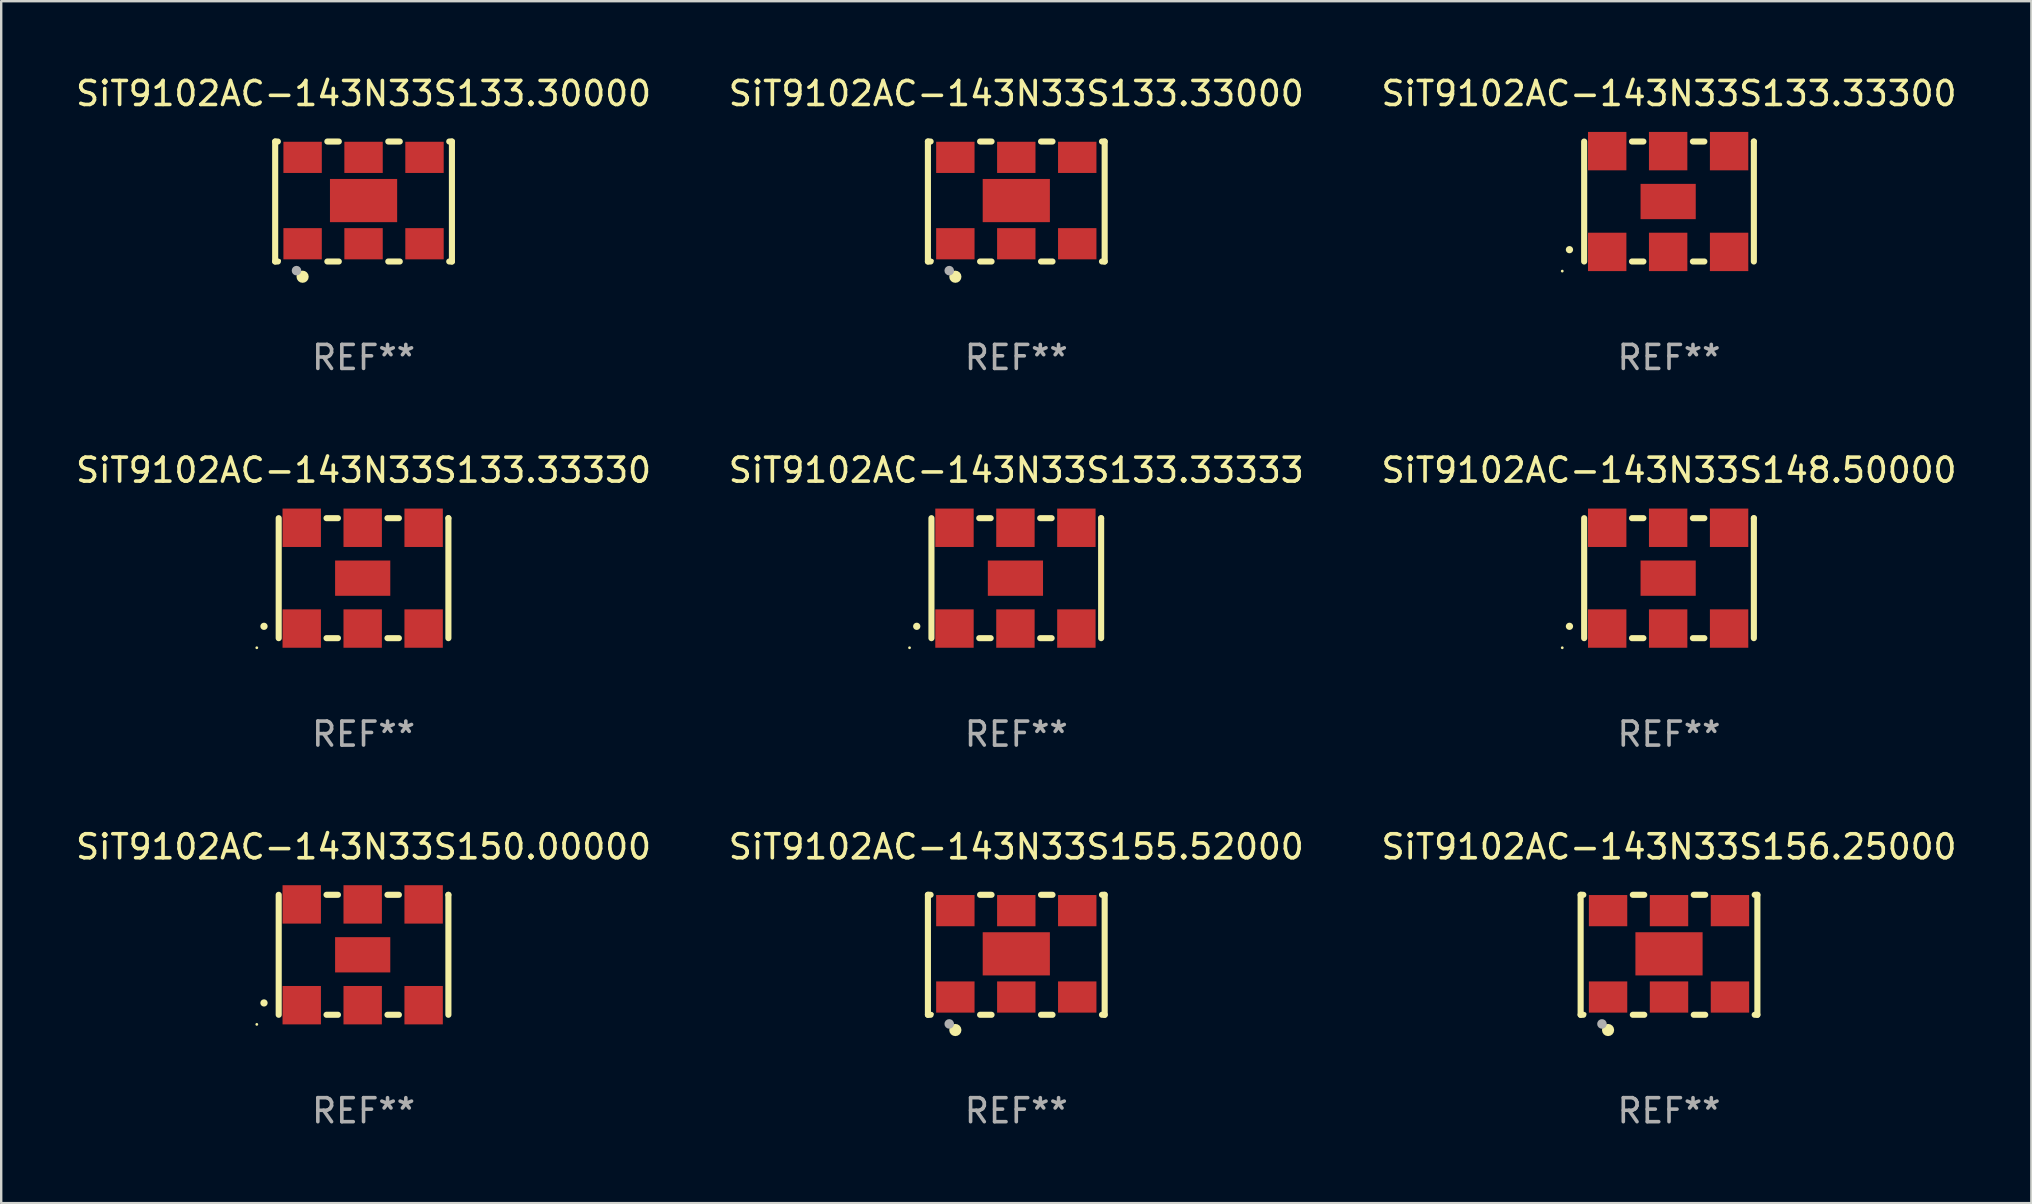
<source format=kicad_pcb>
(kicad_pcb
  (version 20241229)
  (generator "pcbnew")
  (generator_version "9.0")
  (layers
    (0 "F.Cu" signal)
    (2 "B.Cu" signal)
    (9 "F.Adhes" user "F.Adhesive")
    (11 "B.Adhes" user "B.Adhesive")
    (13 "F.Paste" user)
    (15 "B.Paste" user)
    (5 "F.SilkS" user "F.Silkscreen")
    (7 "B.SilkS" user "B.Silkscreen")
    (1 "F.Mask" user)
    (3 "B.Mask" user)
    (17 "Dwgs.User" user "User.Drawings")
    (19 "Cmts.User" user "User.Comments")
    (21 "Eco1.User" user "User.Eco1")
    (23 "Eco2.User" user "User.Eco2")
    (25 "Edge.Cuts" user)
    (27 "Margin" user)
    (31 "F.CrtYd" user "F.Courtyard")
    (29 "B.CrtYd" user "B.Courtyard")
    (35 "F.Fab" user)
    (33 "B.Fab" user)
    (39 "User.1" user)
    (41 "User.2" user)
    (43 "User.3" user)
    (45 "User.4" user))
  (footprint "SiT9102AC-143N33S133.33330"
    (layer "F.Cu")
    (at 12.101 21.045)
    (property "Reference" "SiT9102AC-143N33S133.33330" (at 0 -4.5 0) (layer "F.SilkS") (effects (font (size 1 1) (thickness 0.15))))
    (attr through_hole)
    (fp_line (start -3.536 -2.5) (end -3.536 2.5) (stroke (width 0.254) (type solid)) (layer "F.SilkS"))
    (fp_line (start -1.544 2.5) (end -1.067 2.5) (stroke (width 0.254) (type solid)) (layer "F.SilkS"))
    (fp_line (start -1.067 -2.5) (end -1.544 -2.5) (stroke (width 0.254) (type solid)) (layer "F.SilkS"))
    (fp_line (start 0.996 2.5) (end 1.473 2.5) (stroke (width 0.254) (type solid)) (layer "F.SilkS"))
    (fp_line (start 1.473 -2.5) (end 0.996 -2.5) (stroke (width 0.254) (type solid)) (layer "F.SilkS"))
    (fp_line (start 3.536 -2.5) (end 3.536 -2.5) (stroke (width 0.254) (type solid)) (layer "F.SilkS"))
    (fp_line (start 3.536 2.5) (end 3.536 -2.5) (stroke (width 0.254) (type solid)) (layer "F.SilkS"))
    (fp_arc (start -4.150432 2.006604) (mid -4.149162 2.006599) (end -4.147892 2.006604) (stroke (width 0.3) (type solid)) (layer "F.SilkS"))
    (fp_circle (center -4.449 2.9) (end -4.419 2.9) (stroke (width 0.06) (type solid)) (fill no) (layer "F.SilkS"))
    (fp_text user "REF**" (at 0 6.5 0) (layer "F.Fab") (effects (font (size 1 1) (thickness 0.15))))
    (pad "1" smd rect (at -2.576 2.1) (size 1.6 1.6) (layers "F.Cu" "F.Mask" "F.Paste"))
    (pad "2" smd rect (at -0.036 2.1) (size 1.6 1.6) (layers "F.Cu" "F.Mask" "F.Paste"))
    (pad "3" smd rect (at 2.504 2.1) (size 1.6 1.6) (layers "F.Cu" "F.Mask" "F.Paste"))
    (pad "4" smd rect (at 2.504 -2.1) (size 1.6 1.6) (layers "F.Cu" "F.Mask" "F.Paste"))
    (pad "5" smd rect (at -0.036 -2.1) (size 1.6 1.6) (layers "F.Cu" "F.Mask" "F.Paste"))
    (pad "6" smd rect (at -2.576 -2.1) (size 1.6 1.6) (layers "F.Cu" "F.Mask" "F.Paste"))
    (pad "7" smd rect (at -0.036 0) (size 2.3 1.47) (layers "F.Cu" "F.Mask" "F.Paste")))
  (footprint "SiT9102AC-143N33S133.33000"
    (layer "F.Cu")
    (at 39.304 5.348)
    (property "Reference" "SiT9102AC-143N33S133.33000" (at 0 -4.5 0) (layer "F.SilkS") (effects (font (size 1 1) (thickness 0.15))))
    (attr through_hole)
    (fp_line (start -3.683 -2.5) (end -3.571 -2.5) (stroke (width 0.254) (type solid)) (layer "F.SilkS"))
    (fp_line (start -3.683 2.5) (end -3.683 -2.5) (stroke (width 0.254) (type solid)) (layer "F.SilkS"))
    (fp_line (start -3.683 2.5) (end -3.571 2.5) (stroke (width 0.254) (type solid)) (layer "F.SilkS"))
    (fp_line (start -1.509 -2.5) (end -1.031 -2.5) (stroke (width 0.254) (type solid)) (layer "F.SilkS"))
    (fp_line (start -1.509 2.5) (end -1.031 2.5) (stroke (width 0.254) (type solid)) (layer "F.SilkS"))
    (fp_line (start 1.031 -2.5) (end 1.509 -2.5) (stroke (width 0.254) (type solid)) (layer "F.SilkS"))
    (fp_line (start 1.031 2.5) (end 1.509 2.5) (stroke (width 0.254) (type solid)) (layer "F.SilkS"))
    (fp_line (start 3.571 -2.5) (end 3.683 -2.5) (stroke (width 0.254) (type solid)) (layer "F.SilkS"))
    (fp_line (start 3.571 2.5) (end 3.683 2.5) (stroke (width 0.254) (type solid)) (layer "F.SilkS"))
    (fp_line (start 3.683 2.5) (end 3.683 -2.5) (stroke (width 0.254) (type solid)) (layer "F.SilkS"))
    (fp_circle (center -3.5 2.46) (end -3.47 2.46) (stroke (width 0.06) (type solid)) (fill no) (layer "F.SilkS"))
    (fp_circle (center -2.54 3.135) (end -2.413 3.135) (stroke (width 0.254) (type solid)) (fill no) (layer "F.SilkS"))
    (fp_circle (center -2.794 2.881) (end -2.694 2.881) (stroke (width 0.2) (type solid)) (fill no) (layer "F.Fab"))
    (fp_text user "REF**" (at 0 6.5 0) (layer "F.Fab") (effects (font (size 1 1) (thickness 0.15))))
    (pad "1" smd rect (at -2.54 1.76) (size 1.6 1.3) (layers "F.Cu" "F.Mask" "F.Paste"))
    (pad "2" smd rect (at 0 1.76) (size 1.6 1.3) (layers "F.Cu" "F.Mask" "F.Paste"))
    (pad "3" smd rect (at 2.54 1.76) (size 1.6 1.3) (layers "F.Cu" "F.Mask" "F.Paste"))
    (pad "4" smd rect (at 2.54 -1.84) (size 1.6 1.3) (layers "F.Cu" "F.Mask" "F.Paste"))
    (pad "5" smd rect (at 0 -1.84) (size 1.6 1.3) (layers "F.Cu" "F.Mask" "F.Paste"))
    (pad "6" smd rect (at -2.54 -1.84) (size 1.6 1.3) (layers "F.Cu" "F.Mask" "F.Paste"))
    (pad "7" smd rect (at 0 -0.04) (size 2.8 1.8) (layers "F.Cu" "F.Mask" "F.Paste")))
  (footprint "SiT9102AC-143N33S156.25000"
    (layer "F.Cu")
    (at 66.506 36.741)
    (property "Reference" "SiT9102AC-143N33S156.25000" (at 0 -4.5 0) (layer "F.SilkS") (effects (font (size 1 1) (thickness 0.15))))
    (attr through_hole)
    (fp_line (start -3.683 -2.5) (end -3.571 -2.5) (stroke (width 0.254) (type solid)) (layer "F.SilkS"))
    (fp_line (start -3.683 2.5) (end -3.683 -2.5) (stroke (width 0.254) (type solid)) (layer "F.SilkS"))
    (fp_line (start -3.683 2.5) (end -3.571 2.5) (stroke (width 0.254) (type solid)) (layer "F.SilkS"))
    (fp_line (start -1.509 -2.5) (end -1.031 -2.5) (stroke (width 0.254) (type solid)) (layer "F.SilkS"))
    (fp_line (start -1.509 2.5) (end -1.031 2.5) (stroke (width 0.254) (type solid)) (layer "F.SilkS"))
    (fp_line (start 1.031 -2.5) (end 1.509 -2.5) (stroke (width 0.254) (type solid)) (layer "F.SilkS"))
    (fp_line (start 1.031 2.5) (end 1.509 2.5) (stroke (width 0.254) (type solid)) (layer "F.SilkS"))
    (fp_line (start 3.571 -2.5) (end 3.683 -2.5) (stroke (width 0.254) (type solid)) (layer "F.SilkS"))
    (fp_line (start 3.571 2.5) (end 3.683 2.5) (stroke (width 0.254) (type solid)) (layer "F.SilkS"))
    (fp_line (start 3.683 2.5) (end 3.683 -2.5) (stroke (width 0.254) (type solid)) (layer "F.SilkS"))
    (fp_circle (center -3.5 2.46) (end -3.47 2.46) (stroke (width 0.06) (type solid)) (fill no) (layer "F.SilkS"))
    (fp_circle (center -2.54 3.135) (end -2.413 3.135) (stroke (width 0.254) (type solid)) (fill no) (layer "F.SilkS"))
    (fp_circle (center -2.794 2.881) (end -2.694 2.881) (stroke (width 0.2) (type solid)) (fill no) (layer "F.Fab"))
    (fp_text user "REF**" (at 0 6.5 0) (layer "F.Fab") (effects (font (size 1 1) (thickness 0.15))))
    (pad "1" smd rect (at -2.54 1.76) (size 1.6 1.3) (layers "F.Cu" "F.Mask" "F.Paste"))
    (pad "2" smd rect (at 0 1.76) (size 1.6 1.3) (layers "F.Cu" "F.Mask" "F.Paste"))
    (pad "3" smd rect (at 2.54 1.76) (size 1.6 1.3) (layers "F.Cu" "F.Mask" "F.Paste"))
    (pad "4" smd rect (at 2.54 -1.84) (size 1.6 1.3) (layers "F.Cu" "F.Mask" "F.Paste"))
    (pad "5" smd rect (at 0 -1.84) (size 1.6 1.3) (layers "F.Cu" "F.Mask" "F.Paste"))
    (pad "6" smd rect (at -2.54 -1.84) (size 1.6 1.3) (layers "F.Cu" "F.Mask" "F.Paste"))
    (pad "7" smd rect (at 0 -0.04) (size 2.8 1.8) (layers "F.Cu" "F.Mask" "F.Paste")))
  (footprint "SiT9102AC-143N33S133.33300"
    (layer "F.Cu")
    (at 66.506 5.348)
    (property "Reference" "SiT9102AC-143N33S133.33300" (at 0 -4.5 0) (layer "F.SilkS") (effects (font (size 1 1) (thickness 0.15))))
    (attr through_hole)
    (fp_line (start -3.536 -2.5) (end -3.536 2.5) (stroke (width 0.254) (type solid)) (layer "F.SilkS"))
    (fp_line (start -1.544 2.5) (end -1.067 2.5) (stroke (width 0.254) (type solid)) (layer "F.SilkS"))
    (fp_line (start -1.067 -2.5) (end -1.544 -2.5) (stroke (width 0.254) (type solid)) (layer "F.SilkS"))
    (fp_line (start 0.996 2.5) (end 1.473 2.5) (stroke (width 0.254) (type solid)) (layer "F.SilkS"))
    (fp_line (start 1.473 -2.5) (end 0.996 -2.5) (stroke (width 0.254) (type solid)) (layer "F.SilkS"))
    (fp_line (start 3.536 -2.5) (end 3.536 -2.5) (stroke (width 0.254) (type solid)) (layer "F.SilkS"))
    (fp_line (start 3.536 2.5) (end 3.536 -2.5) (stroke (width 0.254) (type solid)) (layer "F.SilkS"))
    (fp_arc (start -4.150432 2.006604) (mid -4.149162 2.006599) (end -4.147892 2.006604) (stroke (width 0.3) (type solid)) (layer "F.SilkS"))
    (fp_circle (center -4.449 2.9) (end -4.419 2.9) (stroke (width 0.06) (type solid)) (fill no) (layer "F.SilkS"))
    (fp_text user "REF**" (at 0 6.5 0) (layer "F.Fab") (effects (font (size 1 1) (thickness 0.15))))
    (pad "1" smd rect (at -2.576 2.1) (size 1.6 1.6) (layers "F.Cu" "F.Mask" "F.Paste"))
    (pad "2" smd rect (at -0.036 2.1) (size 1.6 1.6) (layers "F.Cu" "F.Mask" "F.Paste"))
    (pad "3" smd rect (at 2.504 2.1) (size 1.6 1.6) (layers "F.Cu" "F.Mask" "F.Paste"))
    (pad "4" smd rect (at 2.504 -2.1) (size 1.6 1.6) (layers "F.Cu" "F.Mask" "F.Paste"))
    (pad "5" smd rect (at -0.036 -2.1) (size 1.6 1.6) (layers "F.Cu" "F.Mask" "F.Paste"))
    (pad "6" smd rect (at -2.576 -2.1) (size 1.6 1.6) (layers "F.Cu" "F.Mask" "F.Paste"))
    (pad "7" smd rect (at -0.036 0) (size 2.3 1.47) (layers "F.Cu" "F.Mask" "F.Paste")))
  (footprint "SiT9102AC-143N33S133.33333"
    (layer "F.Cu")
    (at 39.304 21.045)
    (property "Reference" "SiT9102AC-143N33S133.33333" (at 0 -4.5 0) (layer "F.SilkS") (effects (font (size 1 1) (thickness 0.15))))
    (attr through_hole)
    (fp_line (start -3.536 -2.5) (end -3.536 2.5) (stroke (width 0.254) (type solid)) (layer "F.SilkS"))
    (fp_line (start -1.544 2.5) (end -1.067 2.5) (stroke (width 0.254) (type solid)) (layer "F.SilkS"))
    (fp_line (start -1.067 -2.5) (end -1.544 -2.5) (stroke (width 0.254) (type solid)) (layer "F.SilkS"))
    (fp_line (start 0.996 2.5) (end 1.473 2.5) (stroke (width 0.254) (type solid)) (layer "F.SilkS"))
    (fp_line (start 1.473 -2.5) (end 0.996 -2.5) (stroke (width 0.254) (type solid)) (layer "F.SilkS"))
    (fp_line (start 3.536 -2.5) (end 3.536 -2.5) (stroke (width 0.254) (type solid)) (layer "F.SilkS"))
    (fp_line (start 3.536 2.5) (end 3.536 -2.5) (stroke (width 0.254) (type solid)) (layer "F.SilkS"))
    (fp_arc (start -4.150432 2.006604) (mid -4.149162 2.006599) (end -4.147892 2.006604) (stroke (width 0.3) (type solid)) (layer "F.SilkS"))
    (fp_circle (center -4.449 2.9) (end -4.419 2.9) (stroke (width 0.06) (type solid)) (fill no) (layer "F.SilkS"))
    (fp_text user "REF**" (at 0 6.5 0) (layer "F.Fab") (effects (font (size 1 1) (thickness 0.15))))
    (pad "1" smd rect (at -2.576 2.1) (size 1.6 1.6) (layers "F.Cu" "F.Mask" "F.Paste"))
    (pad "2" smd rect (at -0.036 2.1) (size 1.6 1.6) (layers "F.Cu" "F.Mask" "F.Paste"))
    (pad "3" smd rect (at 2.504 2.1) (size 1.6 1.6) (layers "F.Cu" "F.Mask" "F.Paste"))
    (pad "4" smd rect (at 2.504 -2.1) (size 1.6 1.6) (layers "F.Cu" "F.Mask" "F.Paste"))
    (pad "5" smd rect (at -0.036 -2.1) (size 1.6 1.6) (layers "F.Cu" "F.Mask" "F.Paste"))
    (pad "6" smd rect (at -2.576 -2.1) (size 1.6 1.6) (layers "F.Cu" "F.Mask" "F.Paste"))
    (pad "7" smd rect (at -0.036 0) (size 2.3 1.47) (layers "F.Cu" "F.Mask" "F.Paste")))
  (footprint "SiT9102AC-143N33S155.52000"
    (layer "F.Cu")
    (at 39.304 36.741)
    (property "Reference" "SiT9102AC-143N33S155.52000" (at 0 -4.5 0) (layer "F.SilkS") (effects (font (size 1 1) (thickness 0.15))))
    (attr through_hole)
    (fp_line (start -3.683 -2.5) (end -3.571 -2.5) (stroke (width 0.254) (type solid)) (layer "F.SilkS"))
    (fp_line (start -3.683 2.5) (end -3.683 -2.5) (stroke (width 0.254) (type solid)) (layer "F.SilkS"))
    (fp_line (start -3.683 2.5) (end -3.571 2.5) (stroke (width 0.254) (type solid)) (layer "F.SilkS"))
    (fp_line (start -1.509 -2.5) (end -1.031 -2.5) (stroke (width 0.254) (type solid)) (layer "F.SilkS"))
    (fp_line (start -1.509 2.5) (end -1.031 2.5) (stroke (width 0.254) (type solid)) (layer "F.SilkS"))
    (fp_line (start 1.031 -2.5) (end 1.509 -2.5) (stroke (width 0.254) (type solid)) (layer "F.SilkS"))
    (fp_line (start 1.031 2.5) (end 1.509 2.5) (stroke (width 0.254) (type solid)) (layer "F.SilkS"))
    (fp_line (start 3.571 -2.5) (end 3.683 -2.5) (stroke (width 0.254) (type solid)) (layer "F.SilkS"))
    (fp_line (start 3.571 2.5) (end 3.683 2.5) (stroke (width 0.254) (type solid)) (layer "F.SilkS"))
    (fp_line (start 3.683 2.5) (end 3.683 -2.5) (stroke (width 0.254) (type solid)) (layer "F.SilkS"))
    (fp_circle (center -3.5 2.46) (end -3.47 2.46) (stroke (width 0.06) (type solid)) (fill no) (layer "F.SilkS"))
    (fp_circle (center -2.54 3.135) (end -2.413 3.135) (stroke (width 0.254) (type solid)) (fill no) (layer "F.SilkS"))
    (fp_circle (center -2.794 2.881) (end -2.694 2.881) (stroke (width 0.2) (type solid)) (fill no) (layer "F.Fab"))
    (fp_text user "REF**" (at 0 6.5 0) (layer "F.Fab") (effects (font (size 1 1) (thickness 0.15))))
    (pad "1" smd rect (at -2.54 1.76) (size 1.6 1.3) (layers "F.Cu" "F.Mask" "F.Paste"))
    (pad "2" smd rect (at 0 1.76) (size 1.6 1.3) (layers "F.Cu" "F.Mask" "F.Paste"))
    (pad "3" smd rect (at 2.54 1.76) (size 1.6 1.3) (layers "F.Cu" "F.Mask" "F.Paste"))
    (pad "4" smd rect (at 2.54 -1.84) (size 1.6 1.3) (layers "F.Cu" "F.Mask" "F.Paste"))
    (pad "5" smd rect (at 0 -1.84) (size 1.6 1.3) (layers "F.Cu" "F.Mask" "F.Paste"))
    (pad "6" smd rect (at -2.54 -1.84) (size 1.6 1.3) (layers "F.Cu" "F.Mask" "F.Paste"))
    (pad "7" smd rect (at 0 -0.04) (size 2.8 1.8) (layers "F.Cu" "F.Mask" "F.Paste")))
  (footprint "SiT9102AC-143N33S133.30000"
    (layer "F.Cu")
    (at 12.101 5.348)
    (property "Reference" "SiT9102AC-143N33S133.30000" (at 0 -4.5 0) (layer "F.SilkS") (effects (font (size 1 1) (thickness 0.15))))
    (attr through_hole)
    (fp_line (start -3.683 -2.5) (end -3.571 -2.5) (stroke (width 0.254) (type solid)) (layer "F.SilkS"))
    (fp_line (start -3.683 2.5) (end -3.683 -2.5) (stroke (width 0.254) (type solid)) (layer "F.SilkS"))
    (fp_line (start -3.683 2.5) (end -3.571 2.5) (stroke (width 0.254) (type solid)) (layer "F.SilkS"))
    (fp_line (start -1.509 -2.5) (end -1.031 -2.5) (stroke (width 0.254) (type solid)) (layer "F.SilkS"))
    (fp_line (start -1.509 2.5) (end -1.031 2.5) (stroke (width 0.254) (type solid)) (layer "F.SilkS"))
    (fp_line (start 1.031 -2.5) (end 1.509 -2.5) (stroke (width 0.254) (type solid)) (layer "F.SilkS"))
    (fp_line (start 1.031 2.5) (end 1.509 2.5) (stroke (width 0.254) (type solid)) (layer "F.SilkS"))
    (fp_line (start 3.571 -2.5) (end 3.683 -2.5) (stroke (width 0.254) (type solid)) (layer "F.SilkS"))
    (fp_line (start 3.571 2.5) (end 3.683 2.5) (stroke (width 0.254) (type solid)) (layer "F.SilkS"))
    (fp_line (start 3.683 2.5) (end 3.683 -2.5) (stroke (width 0.254) (type solid)) (layer "F.SilkS"))
    (fp_circle (center -3.5 2.46) (end -3.47 2.46) (stroke (width 0.06) (type solid)) (fill no) (layer "F.SilkS"))
    (fp_circle (center -2.54 3.135) (end -2.413 3.135) (stroke (width 0.254) (type solid)) (fill no) (layer "F.SilkS"))
    (fp_circle (center -2.794 2.881) (end -2.694 2.881) (stroke (width 0.2) (type solid)) (fill no) (layer "F.Fab"))
    (fp_text user "REF**" (at 0 6.5 0) (layer "F.Fab") (effects (font (size 1 1) (thickness 0.15))))
    (pad "1" smd rect (at -2.54 1.76) (size 1.6 1.3) (layers "F.Cu" "F.Mask" "F.Paste"))
    (pad "2" smd rect (at 0 1.76) (size 1.6 1.3) (layers "F.Cu" "F.Mask" "F.Paste"))
    (pad "3" smd rect (at 2.54 1.76) (size 1.6 1.3) (layers "F.Cu" "F.Mask" "F.Paste"))
    (pad "4" smd rect (at 2.54 -1.84) (size 1.6 1.3) (layers "F.Cu" "F.Mask" "F.Paste"))
    (pad "5" smd rect (at 0 -1.84) (size 1.6 1.3) (layers "F.Cu" "F.Mask" "F.Paste"))
    (pad "6" smd rect (at -2.54 -1.84) (size 1.6 1.3) (layers "F.Cu" "F.Mask" "F.Paste"))
    (pad "7" smd rect (at 0 -0.04) (size 2.8 1.8) (layers "F.Cu" "F.Mask" "F.Paste")))
  (footprint "SiT9102AC-143N33S148.50000"
    (layer "F.Cu")
    (at 66.506 21.045)
    (property "Reference" "SiT9102AC-143N33S148.50000" (at 0 -4.5 0) (layer "F.SilkS") (effects (font (size 1 1) (thickness 0.15))))
    (attr through_hole)
    (fp_line (start -3.536 -2.5) (end -3.536 2.5) (stroke (width 0.254) (type solid)) (layer "F.SilkS"))
    (fp_line (start -1.544 2.5) (end -1.067 2.5) (stroke (width 0.254) (type solid)) (layer "F.SilkS"))
    (fp_line (start -1.067 -2.5) (end -1.544 -2.5) (stroke (width 0.254) (type solid)) (layer "F.SilkS"))
    (fp_line (start 0.996 2.5) (end 1.473 2.5) (stroke (width 0.254) (type solid)) (layer "F.SilkS"))
    (fp_line (start 1.473 -2.5) (end 0.996 -2.5) (stroke (width 0.254) (type solid)) (layer "F.SilkS"))
    (fp_line (start 3.536 -2.5) (end 3.536 -2.5) (stroke (width 0.254) (type solid)) (layer "F.SilkS"))
    (fp_line (start 3.536 2.5) (end 3.536 -2.5) (stroke (width 0.254) (type solid)) (layer "F.SilkS"))
    (fp_arc (start -4.150432 2.006604) (mid -4.149162 2.006599) (end -4.147892 2.006604) (stroke (width 0.3) (type solid)) (layer "F.SilkS"))
    (fp_circle (center -4.449 2.9) (end -4.419 2.9) (stroke (width 0.06) (type solid)) (fill no) (layer "F.SilkS"))
    (fp_text user "REF**" (at 0 6.5 0) (layer "F.Fab") (effects (font (size 1 1) (thickness 0.15))))
    (pad "1" smd rect (at -2.576 2.1) (size 1.6 1.6) (layers "F.Cu" "F.Mask" "F.Paste"))
    (pad "2" smd rect (at -0.036 2.1) (size 1.6 1.6) (layers "F.Cu" "F.Mask" "F.Paste"))
    (pad "3" smd rect (at 2.504 2.1) (size 1.6 1.6) (layers "F.Cu" "F.Mask" "F.Paste"))
    (pad "4" smd rect (at 2.504 -2.1) (size 1.6 1.6) (layers "F.Cu" "F.Mask" "F.Paste"))
    (pad "5" smd rect (at -0.036 -2.1) (size 1.6 1.6) (layers "F.Cu" "F.Mask" "F.Paste"))
    (pad "6" smd rect (at -2.576 -2.1) (size 1.6 1.6) (layers "F.Cu" "F.Mask" "F.Paste"))
    (pad "7" smd rect (at -0.036 0) (size 2.3 1.47) (layers "F.Cu" "F.Mask" "F.Paste")))
  (footprint "SiT9102AC-143N33S150.00000"
    (layer "F.Cu")
    (at 12.101 36.741)
    (property "Reference" "SiT9102AC-143N33S150.00000" (at 0 -4.5 0) (layer "F.SilkS") (effects (font (size 1 1) (thickness 0.15))))
    (attr through_hole)
    (fp_line (start -3.536 -2.5) (end -3.536 2.5) (stroke (width 0.254) (type solid)) (layer "F.SilkS"))
    (fp_line (start -1.544 2.5) (end -1.067 2.5) (stroke (width 0.254) (type solid)) (layer "F.SilkS"))
    (fp_line (start -1.067 -2.5) (end -1.544 -2.5) (stroke (width 0.254) (type solid)) (layer "F.SilkS"))
    (fp_line (start 0.996 2.5) (end 1.473 2.5) (stroke (width 0.254) (type solid)) (layer "F.SilkS"))
    (fp_line (start 1.473 -2.5) (end 0.996 -2.5) (stroke (width 0.254) (type solid)) (layer "F.SilkS"))
    (fp_line (start 3.536 -2.5) (end 3.536 -2.5) (stroke (width 0.254) (type solid)) (layer "F.SilkS"))
    (fp_line (start 3.536 2.5) (end 3.536 -2.5) (stroke (width 0.254) (type solid)) (layer "F.SilkS"))
    (fp_arc (start -4.150432 2.006604) (mid -4.149162 2.006599) (end -4.147892 2.006604) (stroke (width 0.3) (type solid)) (layer "F.SilkS"))
    (fp_circle (center -4.449 2.9) (end -4.419 2.9) (stroke (width 0.06) (type solid)) (fill no) (layer "F.SilkS"))
    (fp_text user "REF**" (at 0 6.5 0) (layer "F.Fab") (effects (font (size 1 1) (thickness 0.15))))
    (pad "1" smd rect (at -2.576 2.1) (size 1.6 1.6) (layers "F.Cu" "F.Mask" "F.Paste"))
    (pad "2" smd rect (at -0.036 2.1) (size 1.6 1.6) (layers "F.Cu" "F.Mask" "F.Paste"))
    (pad "3" smd rect (at 2.504 2.1) (size 1.6 1.6) (layers "F.Cu" "F.Mask" "F.Paste"))
    (pad "4" smd rect (at 2.504 -2.1) (size 1.6 1.6) (layers "F.Cu" "F.Mask" "F.Paste"))
    (pad "5" smd rect (at -0.036 -2.1) (size 1.6 1.6) (layers "F.Cu" "F.Mask" "F.Paste"))
    (pad "6" smd rect (at -2.576 -2.1) (size 1.6 1.6) (layers "F.Cu" "F.Mask" "F.Paste"))
    (pad "7" smd rect (at -0.036 0) (size 2.3 1.47) (layers "F.Cu" "F.Mask" "F.Paste")))
  (gr_rect
    (start -3 -3)
    (end 81.607 47.09)
    (stroke (width 0.1) (type default))
    (fill no)
    (layer "Edge.Cuts")))
</source>
